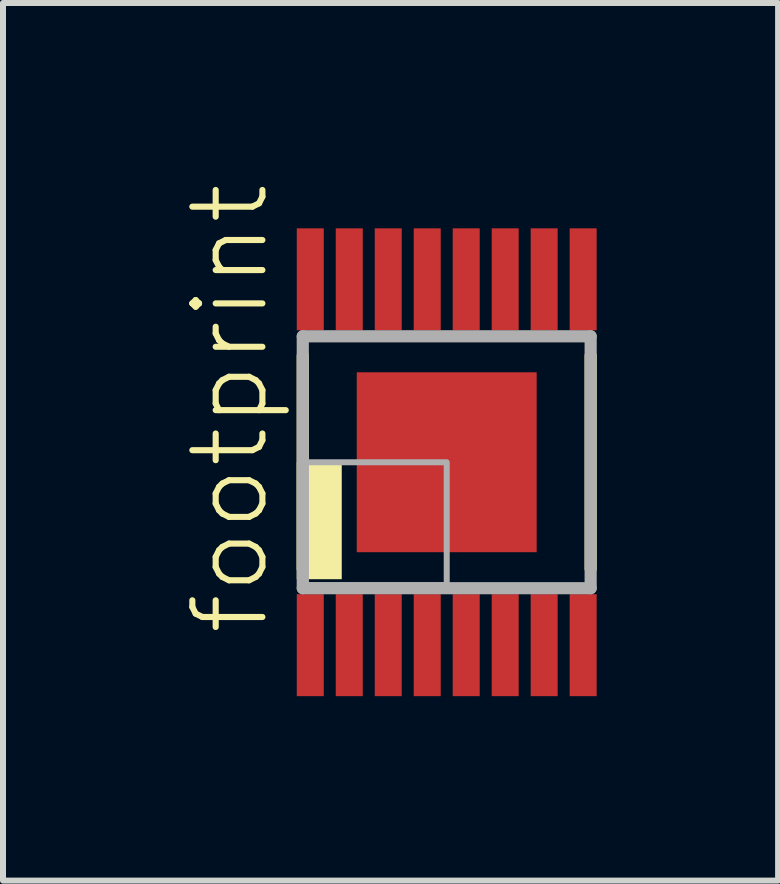
<source format=kicad_pcb>
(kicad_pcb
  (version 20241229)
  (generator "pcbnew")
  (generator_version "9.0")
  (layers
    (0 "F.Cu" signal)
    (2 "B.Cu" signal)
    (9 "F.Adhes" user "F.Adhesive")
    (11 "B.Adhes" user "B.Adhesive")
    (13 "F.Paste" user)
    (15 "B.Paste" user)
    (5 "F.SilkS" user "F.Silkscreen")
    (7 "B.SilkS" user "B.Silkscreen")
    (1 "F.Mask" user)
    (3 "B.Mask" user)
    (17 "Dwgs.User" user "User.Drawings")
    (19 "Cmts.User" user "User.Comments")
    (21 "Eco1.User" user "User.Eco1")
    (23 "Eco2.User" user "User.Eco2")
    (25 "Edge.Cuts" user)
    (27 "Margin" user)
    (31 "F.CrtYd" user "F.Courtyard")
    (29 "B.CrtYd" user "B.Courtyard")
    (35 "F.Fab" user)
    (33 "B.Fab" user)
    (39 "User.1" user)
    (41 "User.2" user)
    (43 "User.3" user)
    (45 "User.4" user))
  (footprint "footprint"
    (layer "F.Cu")
    (at 4.398 4.657)
    (property "Reference" "footprint" (at -2.925 2.925 90) (layer "F.SilkS") (effects (font (size 1.168 1.168) (thickness 0.102)) (justify left bottom)))
    (fp_poly (pts (xy -2.525 3.975) (xy -2.025 3.975) (xy -2.025 2.125) (xy -2.525 2.125)) (stroke (width 0) (type solid)) (fill yes) (layer "F.Mask"))
    (fp_poly (pts (xy -2.025 -3.975) (xy -2.525 -3.975) (xy -2.525 -2.125) (xy -2.025 -2.125)) (stroke (width 0) (type solid)) (fill yes) (layer "F.Mask"))
    (fp_poly (pts (xy -1.875 3.975) (xy -1.375 3.975) (xy -1.375 2.125) (xy -1.875 2.125)) (stroke (width 0) (type solid)) (fill yes) (layer "F.Mask"))
    (fp_poly (pts (xy -1.625 1.625) (xy 1.625 1.625) (xy 1.625 -1.625) (xy -1.625 -1.625)) (stroke (width 0) (type solid)) (fill yes) (layer "F.Mask"))
    (fp_poly (pts (xy -1.375 -3.975) (xy -1.875 -3.975) (xy -1.875 -2.125) (xy -1.375 -2.125)) (stroke (width 0) (type solid)) (fill yes) (layer "F.Mask"))
    (fp_poly (pts (xy -1.225 3.975) (xy -0.725 3.975) (xy -0.725 2.125) (xy -1.225 2.125)) (stroke (width 0) (type solid)) (fill yes) (layer "F.Mask"))
    (fp_poly (pts (xy -0.725 -3.975) (xy -1.225 -3.975) (xy -1.225 -2.125) (xy -0.725 -2.125)) (stroke (width 0) (type solid)) (fill yes) (layer "F.Mask"))
    (fp_poly (pts (xy -0.575 3.975) (xy -0.075 3.975) (xy -0.075 2.125) (xy -0.575 2.125)) (stroke (width 0) (type solid)) (fill yes) (layer "F.Mask"))
    (fp_poly (pts (xy -0.075 -3.975) (xy -0.575 -3.975) (xy -0.575 -2.125) (xy -0.075 -2.125)) (stroke (width 0) (type solid)) (fill yes) (layer "F.Mask"))
    (fp_poly (pts (xy 0.075 3.975) (xy 0.575 3.975) (xy 0.575 2.125) (xy 0.075 2.125)) (stroke (width 0) (type solid)) (fill yes) (layer "F.Mask"))
    (fp_poly (pts (xy 0.575 -3.975) (xy 0.075 -3.975) (xy 0.075 -2.125) (xy 0.575 -2.125)) (stroke (width 0) (type solid)) (fill yes) (layer "F.Mask"))
    (fp_poly (pts (xy 0.725 3.975) (xy 1.225 3.975) (xy 1.225 2.125) (xy 0.725 2.125)) (stroke (width 0) (type solid)) (fill yes) (layer "F.Mask"))
    (fp_poly (pts (xy 1.225 -3.975) (xy 0.725 -3.975) (xy 0.725 -2.125) (xy 1.225 -2.125)) (stroke (width 0) (type solid)) (fill yes) (layer "F.Mask"))
    (fp_poly (pts (xy 1.375 3.975) (xy 1.875 3.975) (xy 1.875 2.125) (xy 1.375 2.125)) (stroke (width 0) (type solid)) (fill yes) (layer "F.Mask"))
    (fp_poly (pts (xy 1.875 -3.975) (xy 1.375 -3.975) (xy 1.375 -2.125) (xy 1.875 -2.125)) (stroke (width 0) (type solid)) (fill yes) (layer "F.Mask"))
    (fp_poly (pts (xy 2.025 3.975) (xy 2.525 3.975) (xy 2.525 2.125) (xy 2.025 2.125)) (stroke (width 0) (type solid)) (fill yes) (layer "F.Mask"))
    (fp_poly (pts (xy 2.525 -3.975) (xy 2.025 -3.975) (xy 2.025 -2.125) (xy 2.525 -2.125)) (stroke (width 0) (type solid)) (fill yes) (layer "F.Mask"))
    (fp_line (start -2.4 1.775) (end -2.4 -1.775) (stroke (width 0.203) (type solid)) (layer "F.SilkS"))
    (fp_line (start 2.4 -1.775) (end 2.4 1.775) (stroke (width 0.203) (type solid)) (layer "F.SilkS"))
    (fp_poly (pts (xy -2.5 1.95) (xy -1.75 1.95) (xy -1.75 0) (xy -2.5 0)) (stroke (width 0) (type solid)) (fill yes) (layer "F.SilkS"))
    (fp_poly (pts (xy -2.45 3.85) (xy -2.1 3.85) (xy -2.1 2.25) (xy -2.45 2.25)) (stroke (width 0) (type solid)) (fill yes) (layer "F.Paste"))
    (fp_poly (pts (xy -2.1 -3.85) (xy -2.45 -3.85) (xy -2.45 -2.25) (xy -2.1 -2.25)) (stroke (width 0) (type solid)) (fill yes) (layer "F.Paste"))
    (fp_poly (pts (xy -1.8 3.85) (xy -1.45 3.85) (xy -1.45 2.25) (xy -1.8 2.25)) (stroke (width 0) (type solid)) (fill yes) (layer "F.Paste"))
    (fp_poly (pts (xy -1.45 -3.85) (xy -1.8 -3.85) (xy -1.8 -2.25) (xy -1.45 -2.25)) (stroke (width 0) (type solid)) (fill yes) (layer "F.Paste"))
    (fp_poly (pts (xy -1.3 1.3) (xy 1.3 1.3) (xy 1.3 -1.3) (xy -1.3 -1.3)) (stroke (width 0) (type solid)) (fill yes) (layer "F.Paste"))
    (fp_poly (pts (xy -1.15 3.85) (xy -0.8 3.85) (xy -0.8 2.25) (xy -1.15 2.25)) (stroke (width 0) (type solid)) (fill yes) (layer "F.Paste"))
    (fp_poly (pts (xy -0.8 -3.85) (xy -1.15 -3.85) (xy -1.15 -2.25) (xy -0.8 -2.25)) (stroke (width 0) (type solid)) (fill yes) (layer "F.Paste"))
    (fp_poly (pts (xy -0.5 3.85) (xy -0.15 3.85) (xy -0.15 2.25) (xy -0.5 2.25)) (stroke (width 0) (type solid)) (fill yes) (layer "F.Paste"))
    (fp_poly (pts (xy -0.15 -3.85) (xy -0.5 -3.85) (xy -0.5 -2.25) (xy -0.15 -2.25)) (stroke (width 0) (type solid)) (fill yes) (layer "F.Paste"))
    (fp_poly (pts (xy 0.15 3.85) (xy 0.5 3.85) (xy 0.5 2.25) (xy 0.15 2.25)) (stroke (width 0) (type solid)) (fill yes) (layer "F.Paste"))
    (fp_poly (pts (xy 0.5 -3.85) (xy 0.15 -3.85) (xy 0.15 -2.25) (xy 0.5 -2.25)) (stroke (width 0) (type solid)) (fill yes) (layer "F.Paste"))
    (fp_poly (pts (xy 0.8 3.85) (xy 1.15 3.85) (xy 1.15 2.25) (xy 0.8 2.25)) (stroke (width 0) (type solid)) (fill yes) (layer "F.Paste"))
    (fp_poly (pts (xy 1.15 -3.85) (xy 0.8 -3.85) (xy 0.8 -2.25) (xy 1.15 -2.25)) (stroke (width 0) (type solid)) (fill yes) (layer "F.Paste"))
    (fp_poly (pts (xy 1.45 3.85) (xy 1.8 3.85) (xy 1.8 2.25) (xy 1.45 2.25)) (stroke (width 0) (type solid)) (fill yes) (layer "F.Paste"))
    (fp_poly (pts (xy 1.8 -3.85) (xy 1.45 -3.85) (xy 1.45 -2.25) (xy 1.8 -2.25)) (stroke (width 0) (type solid)) (fill yes) (layer "F.Paste"))
    (fp_poly (pts (xy 2.1 3.85) (xy 2.45 3.85) (xy 2.45 2.25) (xy 2.1 2.25)) (stroke (width 0) (type solid)) (fill yes) (layer "F.Paste"))
    (fp_poly (pts (xy 2.45 -3.85) (xy 2.1 -3.85) (xy 2.1 -2.25) (xy 2.45 -2.25)) (stroke (width 0) (type solid)) (fill yes) (layer "F.Paste"))
    (fp_line (start -2.4 -2.1) (end 2.4 -2.1) (stroke (width 0.203) (type solid)) (layer "F.Fab"))
    (fp_line (start -2.4 2.1) (end -2.4 -2.1) (stroke (width 0.203) (type solid)) (layer "F.Fab"))
    (fp_line (start 2.4 -2.1) (end 2.4 2.1) (stroke (width 0.203) (type solid)) (layer "F.Fab"))
    (fp_line (start 2.4 2.1) (end -2.4 2.1) (stroke (width 0.203) (type solid)) (layer "F.Fab"))
    (fp_poly (pts (xy -2.35 2.05) (xy 0 2.05) (xy 0 0) (xy -2.35 0)) (stroke (width 0.1) (type solid)) (fill no) (layer "F.Fab"))
    (pad "1" smd rect (at -2.275 3.05) (size 0.45 1.7) (layers "F.Cu"))
    (pad "2" smd rect (at -1.625 3.05) (size 0.45 1.7) (layers "F.Cu"))
    (pad "3" smd rect (at -0.975 3.05) (size 0.45 1.7) (layers "F.Cu"))
    (pad "4" smd rect (at -0.325 3.05) (size 0.45 1.7) (layers "F.Cu"))
    (pad "5" smd rect (at 0.325 3.05) (size 0.45 1.7) (layers "F.Cu"))
    (pad "6" smd rect (at 0.975 3.05) (size 0.45 1.7) (layers "F.Cu"))
    (pad "7" smd rect (at 1.625 3.05) (size 0.45 1.7) (layers "F.Cu"))
    (pad "8" smd rect (at 2.275 3.05) (size 0.45 1.7) (layers "F.Cu"))
    (pad "9" smd rect (at 2.275 -3.05 180) (size 0.45 1.7) (layers "F.Cu"))
    (pad "10" smd rect (at 1.625 -3.05 180) (size 0.45 1.7) (layers "F.Cu"))
    (pad "11" smd rect (at 0.975 -3.05 180) (size 0.45 1.7) (layers "F.Cu"))
    (pad "12" smd rect (at 0.325 -3.05 180) (size 0.45 1.7) (layers "F.Cu"))
    (pad "13" smd rect (at -0.325 -3.05 180) (size 0.45 1.7) (layers "F.Cu"))
    (pad "14" smd rect (at -0.975 -3.05 180) (size 0.45 1.7) (layers "F.Cu"))
    (pad "15" smd rect (at -1.625 -3.05 180) (size 0.45 1.7) (layers "F.Cu"))
    (pad "16" smd rect (at -2.275 -3.05 180) (size 0.45 1.7) (layers "F.Cu"))
    (pad "EXP" smd rect (at 0 0) (size 3 3) (layers "F.Cu")))
  (gr_rect
    (start -3 -3)
    (end 9.923 11.632)
    (stroke (width 0.1) (type default))
    (fill no)
    (layer "Edge.Cuts")))
</source>
